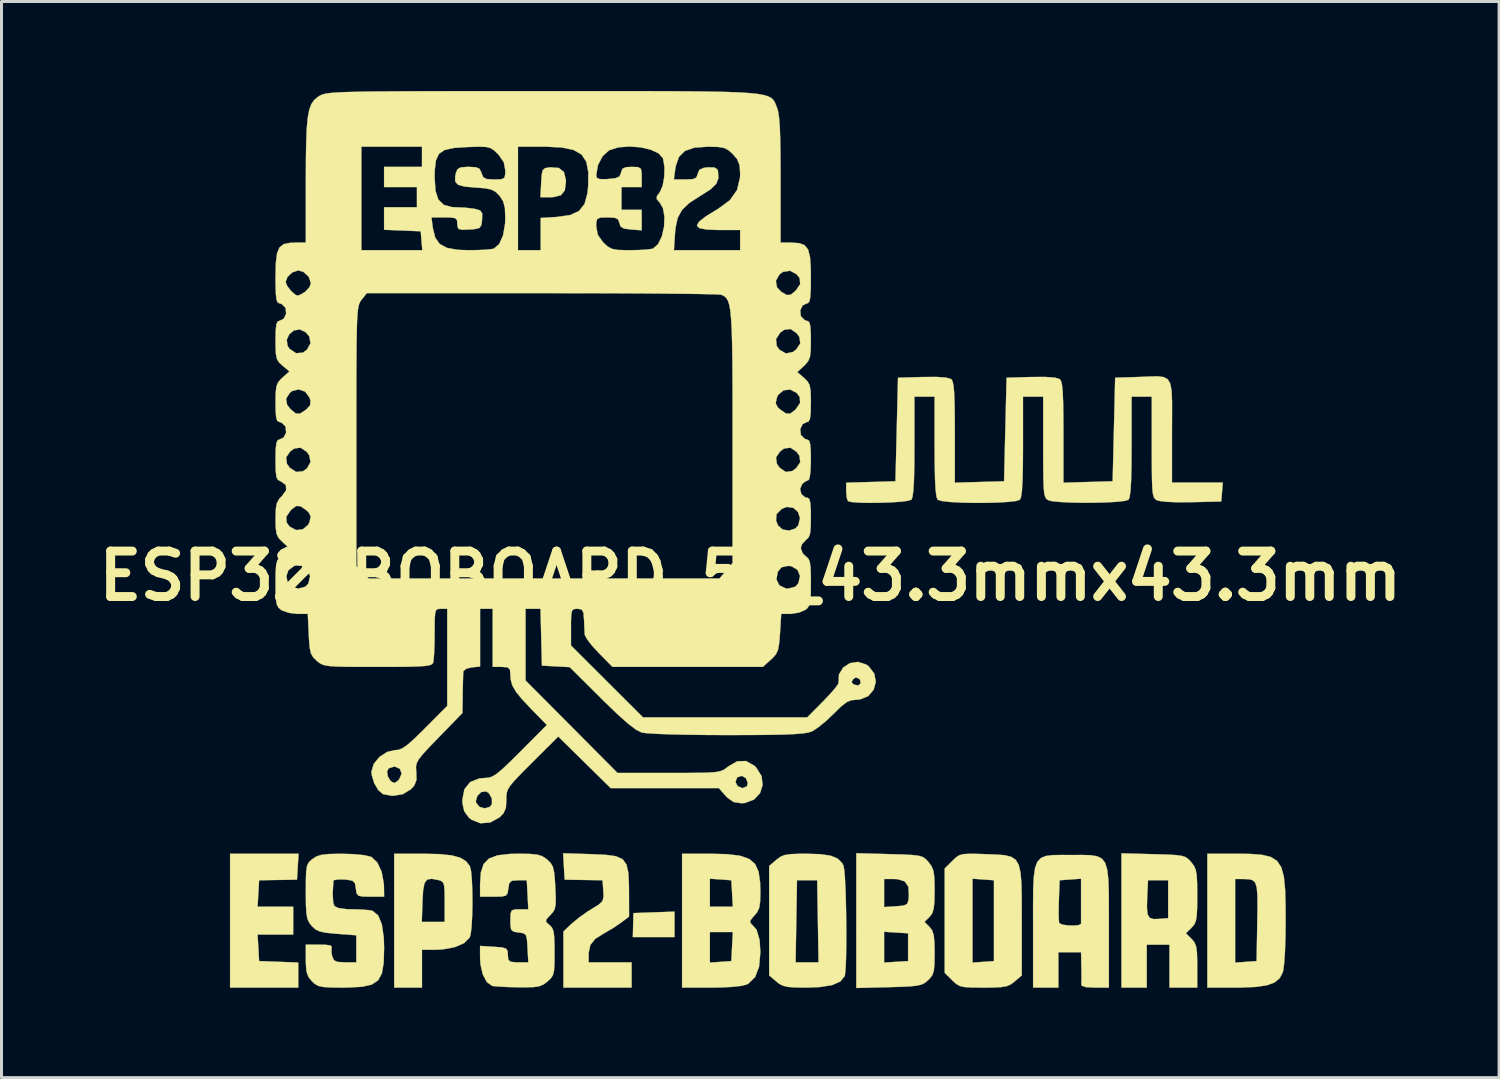
<source format=kicad_pcb>
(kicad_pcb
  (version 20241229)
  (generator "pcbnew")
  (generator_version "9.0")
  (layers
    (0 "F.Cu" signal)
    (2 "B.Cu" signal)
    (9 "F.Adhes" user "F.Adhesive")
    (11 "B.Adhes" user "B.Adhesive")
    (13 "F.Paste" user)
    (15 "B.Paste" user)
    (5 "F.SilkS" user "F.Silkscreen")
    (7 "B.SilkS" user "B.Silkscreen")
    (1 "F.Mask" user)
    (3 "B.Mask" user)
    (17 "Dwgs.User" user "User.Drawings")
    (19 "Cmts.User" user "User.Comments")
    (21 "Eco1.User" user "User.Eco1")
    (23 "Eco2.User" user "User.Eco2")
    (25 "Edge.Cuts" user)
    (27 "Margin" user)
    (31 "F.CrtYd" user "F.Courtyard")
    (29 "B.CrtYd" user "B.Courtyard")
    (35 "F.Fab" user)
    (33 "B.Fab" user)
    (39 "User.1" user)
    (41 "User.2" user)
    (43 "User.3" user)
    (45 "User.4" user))
  (footprint "ESP32_BOBOARD_5V_43.3mmx43.3mm"
    (layer "F.Cu")
    (at 22.105 16.261)
    (property "Reference" "ESP32_BOBOARD_5V_43.3mmx43.3mm" (at 0 0 0) (layer "F.SilkS") (effects (font (size 1.524 1.524) (thickness 0.3))))
    (attr exclude_from_pos_files exclude_from_bom)
    (fp_poly (pts (xy -2.54 12.107) (xy -3.239 12.107) (xy -3.937 12.107) (xy -3.927 11.705) (xy -3.917 11.303) (xy -3.228 11.278) (xy -2.54 11.254) (xy -2.54 12.107)) (stroke (width 0.01) (type solid)) (fill yes) (layer "F.SilkS"))
    (fp_poly (pts (xy -15.198 10.182) (xy -16.468 10.202) (xy -16.493 10.647) (xy -16.519 11.091) (xy -15.325 11.091) (xy -15.325 12.023) (xy -16.519 12.023) (xy -16.493 12.467) (xy -16.468 12.912) (xy -15.812 12.936) (xy -15.155 12.961) (xy -15.155 13.801) (xy -17.441 13.801) (xy -17.441 9.313) (xy -15.146 9.313) (xy -15.198 10.182)) (stroke (width 0.01) (type solid)) (fill yes) (layer "F.SilkS"))
    (fp_poly (pts (xy -6.416 -13.679) (xy -6.246 -13.54) (xy -6.182 -13.272) (xy -6.181 -13.215) (xy -6.219 -12.927) (xy -6.35 -12.765) (xy -6.603 -12.703) (xy -6.71 -12.7) (xy -7.036 -12.7) (xy -7.01 -13.187) (xy -6.992 -13.461) (xy -6.956 -13.609) (xy -6.877 -13.674) (xy -6.729 -13.698) (xy -6.704 -13.701) (xy -6.416 -13.679)) (stroke (width 0.01) (type solid)) (fill yes) (layer "F.SilkS"))
    (fp_poly (pts (xy -5.334 9.327) (xy -4.847 9.349) (xy -4.504 9.397) (xy -4.28 9.497) (xy -4.15 9.674) (xy -4.087 9.954) (xy -4.068 10.361) (xy -4.066 10.6) (xy -4.064 11.421) (xy -4.339 11.627) (xy -4.597 11.803) (xy -4.858 11.956) (xy -4.881 11.968) (xy -5.192 12.161) (xy -5.361 12.369) (xy -5.418 12.629) (xy -5.419 12.664) (xy -5.419 12.954) (xy -3.979 12.954) (xy -3.979 13.801) (xy -6.265 13.801) (xy -6.265 11.921) (xy -5.984 11.654) (xy -5.735 11.449) (xy -5.433 11.236) (xy -5.301 11.155) (xy -5.072 11.014) (xy -4.956 10.9) (xy -4.92 10.759) (xy -4.927 10.562) (xy -4.953 10.202) (xy -6.223 10.182) (xy -6.249 9.74) (xy -6.275 9.298) (xy -5.334 9.327)) (stroke (width 0.01) (type solid)) (fill yes) (layer "F.SilkS"))
    (fp_poly (pts (xy -10.412 9.326) (xy -10.006 9.369) (xy -9.718 9.448) (xy -9.522 9.571) (xy -9.401 9.732) (xy -9.362 9.892) (xy -9.335 10.178) (xy -9.32 10.547) (xy -9.315 10.956) (xy -9.323 11.362) (xy -9.341 11.722) (xy -9.371 11.992) (xy -9.405 12.12) (xy -9.595 12.31) (xy -9.914 12.448) (xy -10.326 12.522) (xy -10.538 12.531) (xy -11.007 12.531) (xy -11.007 13.801) (xy -11.938 13.801) (xy -11.938 11.599) (xy -11.014 11.599) (xy -10.245 11.599) (xy -10.245 10.924) (xy -10.248 10.586) (xy -10.264 10.381) (xy -10.304 10.271) (xy -10.378 10.218) (xy -10.45 10.196) (xy -10.683 10.153) (xy -10.834 10.179) (xy -10.923 10.301) (xy -10.969 10.543) (xy -10.989 10.902) (xy -11.014 11.599) (xy -11.938 11.599) (xy -11.938 9.313) (xy -10.96 9.313) (xy -10.412 9.326)) (stroke (width 0.01) (type solid)) (fill yes) (layer "F.SilkS"))
    (fp_poly (pts (xy 16.758 9.319) (xy 17.157 9.349) (xy 17.455 9.423) (xy 17.667 9.559) (xy 17.808 9.776) (xy 17.892 10.094) (xy 17.934 10.532) (xy 17.948 11.108) (xy 17.949 11.536) (xy 17.944 12.11) (xy 17.927 12.602) (xy 17.901 12.986) (xy 17.867 13.235) (xy 17.853 13.289) (xy 17.749 13.488) (xy 17.578 13.63) (xy 17.319 13.725) (xy 16.946 13.779) (xy 16.437 13.8) (xy 16.259 13.801) (xy 15.325 13.801) (xy 15.325 12.964) (xy 16.256 12.964) (xy 16.616 12.938) (xy 16.976 12.912) (xy 16.999 11.606) (xy 17.007 11.081) (xy 17.003 10.702) (xy 16.981 10.445) (xy 16.932 10.286) (xy 16.848 10.202) (xy 16.722 10.168) (xy 16.547 10.161) (xy 16.531 10.161) (xy 16.256 10.16) (xy 16.256 12.964) (xy 15.325 12.964) (xy 15.325 9.313) (xy 16.243 9.313) (xy 16.758 9.319)) (stroke (width 0.01) (type solid)) (fill yes) (layer "F.SilkS"))
    (fp_poly (pts (xy 2.348 9.328) (xy 2.693 9.378) (xy 2.926 9.473) (xy 3.075 9.62) (xy 3.123 9.708) (xy 3.151 9.851) (xy 3.174 10.13) (xy 3.193 10.514) (xy 3.207 10.969) (xy 3.216 11.464) (xy 3.22 11.965) (xy 3.218 12.439) (xy 3.21 12.855) (xy 3.195 13.18) (xy 3.174 13.381) (xy 3.165 13.416) (xy 3.021 13.595) (xy 2.745 13.717) (xy 2.324 13.784) (xy 1.872 13.801) (xy 1.497 13.796) (xy 1.247 13.776) (xy 1.078 13.732) (xy 0.944 13.655) (xy 0.873 13.596) (xy 0.635 13.392) (xy 0.635 12.954) (xy 1.52 12.954) (xy 2.29 12.954) (xy 2.244 10.202) (xy 1.566 10.202) (xy 1.52 12.954) (xy 0.635 12.954) (xy 0.635 9.722) (xy 0.873 9.518) (xy 1.006 9.418) (xy 1.152 9.357) (xy 1.355 9.326) (xy 1.66 9.314) (xy 1.863 9.313) (xy 2.348 9.328)) (stroke (width 0.01) (type solid)) (fill yes) (layer "F.SilkS"))
    (fp_poly (pts (xy 7.681 9.32) (xy 7.873 9.327) (xy 8.245 9.34) (xy 8.534 9.363) (xy 8.749 9.417) (xy 8.902 9.519) (xy 9.002 9.691) (xy 9.062 9.951) (xy 9.092 10.319) (xy 9.101 10.814) (xy 9.102 11.456) (xy 9.102 11.567) (xy 9.102 13.392) (xy 8.864 13.596) (xy 8.736 13.693) (xy 8.597 13.753) (xy 8.405 13.786) (xy 8.117 13.799) (xy 7.82 13.801) (xy 7.443 13.798) (xy 7.192 13.784) (xy 7.027 13.747) (xy 6.905 13.68) (xy 6.784 13.57) (xy 6.767 13.553) (xy 6.519 13.306) (xy 6.519 12.964) (xy 7.451 12.964) (xy 7.811 12.938) (xy 8.17 12.912) (xy 8.17 10.202) (xy 7.811 10.176) (xy 7.451 10.15) (xy 7.451 12.964) (xy 6.519 12.964) (xy 6.519 9.808) (xy 6.775 9.553) (xy 6.896 9.437) (xy 7.007 9.364) (xy 7.148 9.326) (xy 7.359 9.314) (xy 7.681 9.32)) (stroke (width 0.01) (type solid)) (fill yes) (layer "F.SilkS"))
    (fp_poly (pts (xy -0.785 9.327) (xy -0.349 9.379) (xy -0.04 9.485) (xy 0.162 9.659) (xy 0.279 9.917) (xy 0.33 10.275) (xy 0.339 10.583) (xy 0.331 10.914) (xy 0.3 11.127) (xy 0.231 11.275) (xy 0.132 11.39) (xy 0.004 11.545) (xy 0.004 11.636) (xy 0.035 11.662) (xy 0.211 11.86) (xy 0.312 12.203) (xy 0.339 12.614) (xy 0.295 13.099) (xy 0.162 13.448) (xy -0.064 13.668) (xy -0.125 13.7) (xy -0.313 13.745) (xy -0.634 13.779) (xy -1.051 13.798) (xy -1.316 13.801) (xy -2.286 13.801) (xy -2.286 11.938) (xy -1.355 11.938) (xy -1.355 12.964) (xy -0.995 12.938) (xy -0.635 12.912) (xy -0.61 12.425) (xy -0.584 11.938) (xy -1.355 11.938) (xy -2.286 11.938) (xy -2.286 11.091) (xy -1.355 11.091) (xy -0.584 11.091) (xy -0.609 10.647) (xy -0.635 10.202) (xy -1.355 10.15) (xy -1.355 11.091) (xy -2.286 11.091) (xy -2.286 9.313) (xy -1.367 9.313) (xy -0.785 9.327)) (stroke (width 0.01) (type solid)) (fill yes) (layer "F.SilkS"))
    (fp_poly (pts (xy 13.512 9.328) (xy 13.954 9.341) (xy 14.26 9.357) (xy 14.462 9.383) (xy 14.594 9.426) (xy 14.689 9.492) (xy 14.779 9.59) (xy 14.782 9.593) (xy 14.874 9.714) (xy 14.934 9.845) (xy 14.967 10.024) (xy 14.982 10.291) (xy 14.986 10.686) (xy 14.986 10.718) (xy 14.983 11.122) (xy 14.969 11.394) (xy 14.938 11.571) (xy 14.883 11.691) (xy 14.798 11.79) (xy 14.796 11.793) (xy 14.605 11.98) (xy 14.796 12.167) (xy 14.89 12.279) (xy 14.947 12.415) (xy 14.976 12.62) (xy 14.986 12.936) (xy 14.986 13.077) (xy 14.986 13.801) (xy 14.055 13.801) (xy 14.055 12.361) (xy 13.293 12.361) (xy 13.293 13.801) (xy 12.446 13.801) (xy 12.446 11.112) (xy 13.299 11.112) (xy 13.321 11.342) (xy 13.39 11.462) (xy 13.522 11.504) (xy 13.694 11.499) (xy 14.012 11.472) (xy 14.012 10.202) (xy 13.335 10.202) (xy 13.309 10.744) (xy 13.299 11.112) (xy 12.446 11.112) (xy 12.446 9.3) (xy 13.512 9.328)) (stroke (width 0.01) (type solid)) (fill yes) (layer "F.SilkS"))
    (fp_poly (pts (xy 11.411 9.362) (xy 11.632 9.398) (xy 11.792 9.479) (xy 11.901 9.625) (xy 11.969 9.852) (xy 12.006 10.18) (xy 12.021 10.626) (xy 12.023 11.209) (xy 12.023 11.778) (xy 12.023 13.801) (xy 11.553 13.801) (xy 11.257 13.786) (xy 11.115 13.739) (xy 11.098 13.695) (xy 11.104 13.556) (xy 11.104 13.31) (xy 11.101 13.102) (xy 11.091 12.615) (xy 10.329 12.615) (xy 10.329 13.801) (xy 9.483 13.801) (xy 9.483 11.778) (xy 9.482 11.2) (xy 10.339 11.2) (xy 10.342 11.465) (xy 10.353 11.62) (xy 10.357 11.634) (xy 10.448 11.685) (xy 10.632 11.715) (xy 10.843 11.722) (xy 11.018 11.705) (xy 11.091 11.66) (xy 11.091 11.66) (xy 11.091 11.553) (xy 11.091 11.319) (xy 11.091 11.003) (xy 11.091 10.875) (xy 11.091 10.15) (xy 10.732 10.176) (xy 10.372 10.202) (xy 10.347 10.872) (xy 10.339 11.2) (xy 9.482 11.2) (xy 9.482 11.074) (xy 9.486 10.521) (xy 9.505 10.102) (xy 9.547 9.796) (xy 9.624 9.588) (xy 9.743 9.457) (xy 9.915 9.387) (xy 10.149 9.359) (xy 10.454 9.354) (xy 10.753 9.356) (xy 11.122 9.354) (xy 11.411 9.362)) (stroke (width 0.01) (type solid)) (fill yes) (layer "F.SilkS"))
    (fp_poly (pts (xy 4.664 9.326) (xy 5.116 9.339) (xy 5.431 9.355) (xy 5.64 9.38) (xy 5.777 9.42) (xy 5.873 9.483) (xy 5.96 9.574) (xy 5.976 9.593) (xy 6.078 9.731) (xy 6.14 9.882) (xy 6.17 10.095) (xy 6.18 10.415) (xy 6.181 10.546) (xy 6.174 10.914) (xy 6.15 11.155) (xy 6.1 11.311) (xy 6.017 11.425) (xy 6.011 11.43) (xy 5.842 11.599) (xy 6.011 11.769) (xy 6.098 11.882) (xy 6.149 12.037) (xy 6.174 12.275) (xy 6.181 12.64) (xy 6.181 12.643) (xy 6.176 12.997) (xy 6.156 13.226) (xy 6.109 13.376) (xy 6.024 13.492) (xy 5.962 13.553) (xy 5.861 13.638) (xy 5.748 13.697) (xy 5.59 13.736) (xy 5.354 13.76) (xy 5.007 13.776) (xy 4.65 13.786) (xy 3.556 13.814) (xy 3.556 12.963) (xy 4.487 12.963) (xy 4.889 12.937) (xy 5.292 12.912) (xy 5.292 11.98) (xy 4.889 11.955) (xy 4.487 11.929) (xy 4.487 12.963) (xy 3.556 12.963) (xy 3.556 10.16) (xy 4.487 10.16) (xy 4.487 11.101) (xy 4.889 11.075) (xy 5.132 11.053) (xy 5.254 11.002) (xy 5.302 10.883) (xy 5.318 10.726) (xy 5.302 10.42) (xy 5.18 10.24) (xy 4.935 10.165) (xy 4.816 10.16) (xy 4.487 10.16) (xy 3.556 10.16) (xy 3.556 9.296) (xy 4.664 9.326)) (stroke (width 0.01) (type solid)) (fill yes) (layer "F.SilkS"))
    (fp_poly (pts (xy -7.384 9.319) (xy -7.142 9.343) (xy -6.977 9.394) (xy -6.84 9.483) (xy -6.806 9.512) (xy -6.692 9.624) (xy -6.619 9.751) (xy -6.576 9.937) (xy -6.549 10.224) (xy -6.537 10.437) (xy -6.522 10.794) (xy -6.527 11.026) (xy -6.56 11.176) (xy -6.629 11.288) (xy -6.702 11.366) (xy -6.833 11.507) (xy -6.851 11.591) (xy -6.76 11.68) (xy -6.733 11.701) (xy -6.651 11.785) (xy -6.6 11.905) (xy -6.573 12.101) (xy -6.563 12.409) (xy -6.562 12.613) (xy -6.564 12.983) (xy -6.579 13.225) (xy -6.616 13.38) (xy -6.686 13.489) (xy -6.797 13.594) (xy -6.799 13.596) (xy -6.932 13.696) (xy -7.076 13.756) (xy -7.275 13.785) (xy -7.575 13.793) (xy -7.773 13.791) (xy -8.126 13.782) (xy -8.426 13.767) (xy -8.623 13.749) (xy -8.658 13.742) (xy -8.832 13.616) (xy -8.967 13.363) (xy -9.046 13.025) (xy -9.059 12.81) (xy -9.06 12.404) (xy -8.594 12.433) (xy -8.327 12.454) (xy -8.189 12.493) (xy -8.136 12.573) (xy -8.128 12.708) (xy -8.114 12.865) (xy -8.04 12.935) (xy -7.859 12.954) (xy -7.785 12.954) (xy -7.442 12.954) (xy -7.468 12.467) (xy -7.486 12.193) (xy -7.522 12.045) (xy -7.601 11.98) (xy -7.747 11.956) (xy -7.768 11.954) (xy -7.938 11.926) (xy -8.018 11.854) (xy -8.042 11.688) (xy -8.043 11.552) (xy -8.037 11.32) (xy -7.993 11.211) (xy -7.873 11.178) (xy -7.743 11.176) (xy -7.442 11.176) (xy -7.493 10.202) (xy -7.789 10.202) (xy -7.99 10.218) (xy -8.08 10.297) (xy -8.112 10.477) (xy -8.135 10.635) (xy -8.193 10.717) (xy -8.332 10.748) (xy -8.595 10.753) (xy -9.059 10.753) (xy -9.059 10.333) (xy -9.033 9.941) (xy -8.941 9.66) (xy -8.761 9.474) (xy -8.471 9.366) (xy -8.049 9.319) (xy -7.748 9.313) (xy -7.384 9.319)) (stroke (width 0.01) (type solid)) (fill yes) (layer "F.SilkS"))
    (fp_poly (pts (xy -13.279 9.328) (xy -12.944 9.362) (xy -12.725 9.412) (xy -12.7 9.423) (xy -12.504 9.608) (xy -12.36 9.918) (xy -12.287 10.312) (xy -12.281 10.435) (xy -12.277 10.753) (xy -12.737 10.753) (xy -13.002 10.748) (xy -13.141 10.718) (xy -13.201 10.637) (xy -13.224 10.48) (xy -13.224 10.477) (xy -13.254 10.303) (xy -13.335 10.219) (xy -13.517 10.184) (xy -13.61 10.176) (xy -13.831 10.175) (xy -13.962 10.201) (xy -13.976 10.219) (xy -14.001 10.656) (xy -13.984 10.949) (xy -13.942 11.07) (xy -13.808 11.134) (xy -13.538 11.17) (xy -13.332 11.176) (xy -13.028 11.184) (xy -12.78 11.205) (xy -12.661 11.229) (xy -12.476 11.382) (xy -12.352 11.68) (xy -12.287 12.129) (xy -12.277 12.48) (xy -12.291 12.968) (xy -12.35 13.319) (xy -12.476 13.556) (xy -12.692 13.701) (xy -13.023 13.774) (xy -13.491 13.799) (xy -13.681 13.801) (xy -14.063 13.797) (xy -14.316 13.781) (xy -14.481 13.744) (xy -14.6 13.678) (xy -14.694 13.593) (xy -14.815 13.443) (xy -14.878 13.265) (xy -14.9 13) (xy -14.901 12.873) (xy -14.901 12.361) (xy -14.52 12.361) (xy -14.233 12.366) (xy -14.082 12.387) (xy -14.032 12.432) (xy -14.039 12.483) (xy -14.041 12.621) (xy -14.016 12.758) (xy -13.961 12.882) (xy -13.843 12.939) (xy -13.611 12.954) (xy -13.587 12.954) (xy -13.208 12.954) (xy -13.208 12.047) (xy -13.864 11.998) (xy -14.211 11.964) (xy -14.436 11.919) (xy -14.586 11.846) (xy -14.707 11.731) (xy -14.711 11.727) (xy -14.796 11.612) (xy -14.851 11.482) (xy -14.883 11.297) (xy -14.898 11.021) (xy -14.901 10.616) (xy -14.901 10.585) (xy -14.899 10.178) (xy -14.889 9.906) (xy -14.863 9.731) (xy -14.814 9.619) (xy -14.734 9.534) (xy -14.678 9.489) (xy -14.543 9.402) (xy -14.377 9.35) (xy -14.137 9.323) (xy -13.781 9.315) (xy -13.683 9.315) (xy -13.279 9.328)) (stroke (width 0.01) (type solid)) (fill yes) (layer "F.SilkS"))
    (fp_poly (pts (xy 13.86 -6.669) (xy 13.998 -6.594) (xy 14.082 -6.448) (xy 14.125 -6.212) (xy 14.141 -5.863) (xy 14.141 -5.383) (xy 14.139 -4.867) (xy 14.139 -3.133) (xy 15.843 -3.133) (xy 15.817 -2.815) (xy 15.79 -2.498) (xy 14.795 -2.474) (xy 14.34 -2.471) (xy 13.969 -2.485) (xy 13.716 -2.515) (xy 13.631 -2.54) (xy 13.573 -2.58) (xy 13.531 -2.643) (xy 13.5 -2.753) (xy 13.481 -2.933) (xy 13.469 -3.207) (xy 13.464 -3.596) (xy 13.462 -4.124) (xy 13.462 -4.321) (xy 13.462 -6.011) (xy 12.785 -6.011) (xy 12.785 -4.335) (xy 12.781 -3.688) (xy 12.769 -3.198) (xy 12.748 -2.854) (xy 12.719 -2.643) (xy 12.683 -2.557) (xy 12.561 -2.518) (xy 12.307 -2.488) (xy 11.959 -2.467) (xy 11.553 -2.456) (xy 11.128 -2.454) (xy 10.72 -2.463) (xy 10.367 -2.482) (xy 10.106 -2.51) (xy 9.985 -2.543) (xy 9.929 -2.583) (xy 9.888 -2.649) (xy 9.858 -2.764) (xy 9.839 -2.951) (xy 9.828 -3.234) (xy 9.823 -3.635) (xy 9.821 -4.177) (xy 9.821 -4.321) (xy 9.821 -6.011) (xy 9.144 -6.011) (xy 9.144 -4.335) (xy 9.14 -3.688) (xy 9.128 -3.198) (xy 9.108 -2.854) (xy 9.078 -2.643) (xy 9.042 -2.557) (xy 8.917 -2.515) (xy 8.66 -2.484) (xy 8.308 -2.463) (xy 7.899 -2.452) (xy 7.469 -2.451) (xy 7.056 -2.461) (xy 6.697 -2.481) (xy 6.428 -2.512) (xy 6.288 -2.552) (xy 6.282 -2.557) (xy 6.243 -2.659) (xy 6.214 -2.883) (xy 6.195 -3.242) (xy 6.184 -3.747) (xy 6.181 -4.335) (xy 6.181 -6.011) (xy 5.503 -6.011) (xy 5.503 -4.335) (xy 5.5 -3.688) (xy 5.488 -3.198) (xy 5.467 -2.854) (xy 5.437 -2.643) (xy 5.402 -2.557) (xy 5.284 -2.52) (xy 5.04 -2.489) (xy 4.711 -2.467) (xy 4.34 -2.455) (xy 3.969 -2.451) (xy 3.64 -2.459) (xy 3.394 -2.479) (xy 3.275 -2.511) (xy 3.274 -2.512) (xy 3.235 -2.628) (xy 3.217 -2.833) (xy 3.217 -2.847) (xy 3.217 -3.127) (xy 4.043 -3.151) (xy 4.868 -3.175) (xy 4.911 -4.911) (xy 4.953 -6.646) (xy 5.787 -6.671) (xy 6.254 -6.673) (xy 6.574 -6.649) (xy 6.737 -6.599) (xy 6.74 -6.597) (xy 6.782 -6.529) (xy 6.813 -6.39) (xy 6.835 -6.161) (xy 6.849 -5.821) (xy 6.856 -5.35) (xy 6.858 -4.813) (xy 6.858 -3.127) (xy 7.684 -3.151) (xy 8.509 -3.175) (xy 8.551 -4.911) (xy 8.594 -6.646) (xy 9.428 -6.671) (xy 9.895 -6.673) (xy 10.215 -6.649) (xy 10.378 -6.599) (xy 10.38 -6.597) (xy 10.423 -6.529) (xy 10.454 -6.39) (xy 10.476 -6.161) (xy 10.49 -5.821) (xy 10.497 -5.35) (xy 10.499 -4.813) (xy 10.499 -3.127) (xy 11.324 -3.151) (xy 12.15 -3.175) (xy 12.192 -4.911) (xy 12.234 -6.646) (xy 12.996 -6.671) (xy 13.372 -6.687) (xy 13.656 -6.693) (xy 13.86 -6.669)) (stroke (width 0.01) (type solid)) (fill yes) (layer "F.SilkS"))
    (fp_poly (pts (xy -3.497 -16.255) (xy -2.633 -16.252) (xy -1.895 -16.247) (xy -1.274 -16.239) (xy -0.759 -16.227) (xy -0.339 -16.211) (xy -0.005 -16.188) (xy 0.256 -16.16) (xy 0.452 -16.125) (xy 0.596 -16.082) (xy 0.697 -16.031) (xy 0.766 -15.971) (xy 0.813 -15.901) (xy 0.849 -15.821) (xy 0.885 -15.729) (xy 0.896 -15.703) (xy 0.936 -15.567) (xy 0.966 -15.363) (xy 0.989 -15.071) (xy 1.004 -14.672) (xy 1.013 -14.146) (xy 1.016 -13.474) (xy 1.016 -13.295) (xy 1.016 -11.176) (xy 1.384 -11.176) (xy 1.644 -11.158) (xy 1.824 -11.089) (xy 1.939 -10.942) (xy 2.003 -10.693) (xy 2.029 -10.316) (xy 2.032 -10.005) (xy 2.028 -9.605) (xy 2.012 -9.347) (xy 1.982 -9.203) (xy 1.932 -9.148) (xy 1.908 -9.144) (xy 1.758 -9.073) (xy 1.676 -8.908) (xy 1.694 -8.719) (xy 1.705 -8.697) (xy 1.829 -8.575) (xy 1.909 -8.551) (xy 1.974 -8.515) (xy 2.012 -8.386) (xy 2.029 -8.136) (xy 2.032 -7.905) (xy 2.027 -7.568) (xy 2.003 -7.352) (xy 1.946 -7.207) (xy 1.846 -7.087) (xy 1.804 -7.047) (xy 1.576 -6.835) (xy 1.804 -6.639) (xy 1.921 -6.524) (xy 1.99 -6.398) (xy 2.022 -6.213) (xy 2.032 -5.922) (xy 2.032 -5.804) (xy 2.025 -5.466) (xy 2.001 -5.267) (xy 1.953 -5.178) (xy 1.908 -5.165) (xy 1.758 -5.094) (xy 1.676 -4.928) (xy 1.694 -4.74) (xy 1.705 -4.718) (xy 1.829 -4.596) (xy 1.909 -4.572) (xy 1.973 -4.537) (xy 2.011 -4.411) (xy 2.029 -4.167) (xy 2.032 -3.895) (xy 2.023 -3.58) (xy 1.999 -3.343) (xy 1.965 -3.224) (xy 1.953 -3.217) (xy 1.836 -3.163) (xy 1.742 -3.084) (xy 1.67 -2.919) (xy 1.712 -2.746) (xy 1.842 -2.635) (xy 1.908 -2.625) (xy 1.973 -2.59) (xy 2.011 -2.465) (xy 2.029 -2.222) (xy 2.032 -1.968) (xy 2.026 -1.625) (xy 2.003 -1.411) (xy 1.952 -1.286) (xy 1.866 -1.207) (xy 1.863 -1.205) (xy 1.728 -1.055) (xy 1.693 -0.931) (xy 1.76 -0.757) (xy 1.863 -0.658) (xy 1.944 -0.588) (xy 1.994 -0.48) (xy 2.021 -0.295) (xy 2.031 0.003) (xy 2.032 0.227) (xy 2.028 0.6) (xy 2.012 0.842) (xy 1.976 0.99) (xy 1.912 1.084) (xy 1.844 1.138) (xy 1.629 1.229) (xy 1.364 1.27) (xy 1.347 1.27) (xy 1.038 1.27) (xy 0.997 1.92) (xy 0.969 2.259) (xy 0.929 2.479) (xy 0.858 2.63) (xy 0.74 2.762) (xy 0.688 2.809) (xy 0.421 3.048) (xy -4.62 3.048) (xy -5.08 2.582) (xy -5.302 2.34) (xy -5.468 2.127) (xy -5.547 1.983) (xy -5.55 1.968) (xy -5.559 1.792) (xy -5.57 1.535) (xy -5.574 1.46) (xy -5.593 1.233) (xy -5.648 1.129) (xy -5.767 1.101) (xy -5.8 1.101) (xy -5.909 1.109) (xy -5.972 1.158) (xy -6.002 1.284) (xy -6.011 1.523) (xy -6.011 1.716) (xy -6.011 2.331) (xy -3.596 4.741) (xy 1.91 4.741) (xy 2.441 4.205) (xy 2.676 3.958) (xy 2.854 3.753) (xy 2.949 3.619) (xy 2.958 3.591) (xy 2.96 3.563) (xy 3.393 3.563) (xy 3.471 3.641) (xy 3.617 3.672) (xy 3.703 3.602) (xy 3.681 3.482) (xy 3.658 3.454) (xy 3.543 3.397) (xy 3.451 3.458) (xy 3.393 3.563) (xy 2.96 3.563) (xy 2.974 3.3) (xy 3.115 3.07) (xy 3.341 2.923) (xy 3.611 2.881) (xy 3.886 2.968) (xy 3.97 3.027) (xy 4.158 3.273) (xy 4.208 3.55) (xy 4.136 3.814) (xy 3.957 4.025) (xy 3.685 4.139) (xy 3.568 4.149) (xy 3.388 4.166) (xy 3.226 4.234) (xy 3.04 4.38) (xy 2.791 4.624) (xy 2.53 4.871) (xy 2.272 5.08) (xy 2.071 5.21) (xy 2.056 5.216) (xy 1.937 5.252) (xy 1.75 5.28) (xy 1.479 5.301) (xy 1.106 5.317) (xy 0.615 5.327) (xy -0.012 5.332) (xy -0.781 5.334) (xy -1.466 5.331) (xy -2.097 5.323) (xy -2.649 5.311) (xy -3.103 5.295) (xy -3.435 5.275) (xy -3.624 5.254) (xy -3.64 5.25) (xy -3.821 5.159) (xy -4.08 4.965) (xy -4.426 4.659) (xy -4.87 4.233) (xy -4.994 4.11) (xy -6.054 3.056) (xy -6.985 3.006) (xy -7.009 2.053) (xy -7.033 1.101) (xy -7.535 1.101) (xy -7.535 3.503) (xy -4.451 6.604) (xy -2.725 6.604) (xy -2.143 6.604) (xy -1.705 6.6) (xy -1.387 6.592) (xy -1.165 6.575) (xy -1.012 6.547) (xy -0.904 6.506) (xy -0.817 6.45) (xy -0.747 6.392) (xy -0.439 6.214) (xy -0.142 6.204) (xy 0.138 6.362) (xy 0.196 6.418) (xy 0.377 6.707) (xy 0.415 7.008) (xy 0.325 7.285) (xy 0.123 7.498) (xy -0.177 7.611) (xy -0.3 7.62) (xy -0.562 7.578) (xy -0.774 7.427) (xy -0.831 7.366) (xy -1.054 7.112) (xy -4.681 7.112) (xy -4.892 6.904) (xy -0.496 6.904) (xy -0.427 7.045) (xy -0.268 7.112) (xy -0.257 7.112) (xy -0.114 7.054) (xy -0.085 6.94) (xy -0.145 6.777) (xy -0.284 6.702) (xy -0.433 6.749) (xy -0.44 6.756) (xy -0.496 6.904) (xy -4.892 6.904) (xy -6.438 5.383) (xy -7.312 6.254) (xy -7.652 6.595) (xy -7.89 6.843) (xy -8.044 7.024) (xy -8.131 7.165) (xy -8.17 7.291) (xy -8.179 7.429) (xy -8.178 7.507) (xy -8.193 7.775) (xy -8.272 7.954) (xy -8.408 8.093) (xy -8.717 8.265) (xy -9.046 8.291) (xy -9.349 8.17) (xy -9.444 8.09) (xy -9.591 7.886) (xy -9.648 7.628) (xy -9.651 7.547) (xy -9.201 7.547) (xy -9.191 7.605) (xy -9.078 7.743) (xy -8.901 7.791) (xy -8.734 7.743) (xy -8.662 7.651) (xy -8.663 7.461) (xy -8.764 7.283) (xy -8.857 7.222) (xy -9.017 7.243) (xy -9.149 7.372) (xy -9.201 7.547) (xy -9.651 7.547) (xy -9.652 7.503) (xy -9.585 7.152) (xy -9.391 6.91) (xy -9.08 6.787) (xy -8.898 6.773) (xy -8.767 6.763) (xy -8.64 6.72) (xy -8.491 6.626) (xy -8.297 6.462) (xy -8.033 6.211) (xy -7.705 5.885) (xy -6.82 4.996) (xy -7.337 4.467) (xy -7.652 4.133) (xy -7.859 3.877) (xy -7.98 3.666) (xy -8.034 3.465) (xy -8.043 3.308) (xy -8.059 3.133) (xy -8.142 3.062) (xy -8.34 3.048) (xy -8.636 3.048) (xy -8.636 1.101) (xy -9.059 1.101) (xy -9.059 3.037) (xy -9.335 3.064) (xy -9.525 3.111) (xy -9.619 3.189) (xy -9.62 3.196) (xy -9.627 3.328) (xy -9.634 3.578) (xy -9.641 3.897) (xy -9.641 3.949) (xy -9.652 4.596) (xy -10.443 5.409) (xy -10.762 5.739) (xy -10.98 5.975) (xy -11.115 6.146) (xy -11.185 6.278) (xy -11.208 6.4) (xy -11.201 6.539) (xy -11.197 6.578) (xy -11.191 6.836) (xy -11.26 7.017) (xy -11.375 7.15) (xy -11.653 7.318) (xy -11.999 7.373) (xy -12.315 7.313) (xy -12.472 7.18) (xy -12.608 6.945) (xy -12.69 6.675) (xy -12.7 6.559) (xy -12.696 6.545) (xy -12.177 6.545) (xy -12.154 6.718) (xy -12.057 6.877) (xy -11.938 6.943) (xy -11.836 6.885) (xy -11.772 6.82) (xy -11.69 6.629) (xy -11.743 6.47) (xy -11.911 6.393) (xy -11.938 6.392) (xy -12.122 6.448) (xy -12.177 6.545) (xy -12.696 6.545) (xy -12.625 6.303) (xy -12.432 6.067) (xy -12.171 5.898) (xy -11.922 5.842) (xy -11.785 5.827) (xy -11.644 5.767) (xy -11.472 5.644) (xy -11.242 5.437) (xy -10.927 5.127) (xy -10.899 5.099) (xy -10.16 4.357) (xy -10.16 1.101) (xy -10.372 1.101) (xy -10.468 1.106) (xy -10.53 1.142) (xy -10.564 1.241) (xy -10.579 1.433) (xy -10.583 1.749) (xy -10.583 1.94) (xy -10.588 2.313) (xy -10.602 2.631) (xy -10.621 2.849) (xy -10.635 2.914) (xy -10.671 2.959) (xy -10.753 2.993) (xy -10.902 3.017) (xy -11.141 3.033) (xy -11.488 3.043) (xy -11.966 3.047) (xy -12.493 3.048) (xy -13.09 3.047) (xy -13.542 3.044) (xy -13.873 3.036) (xy -14.106 3.021) (xy -14.266 2.995) (xy -14.376 2.958) (xy -14.461 2.906) (xy -14.536 2.845) (xy -14.655 2.727) (xy -14.729 2.598) (xy -14.771 2.411) (xy -14.795 2.119) (xy -14.803 1.956) (xy -14.835 1.27) (xy -15.188 1.27) (xy -15.461 1.238) (xy -15.692 1.16) (xy -15.729 1.138) (xy -15.82 1.06) (xy -15.875 0.953) (xy -15.905 0.778) (xy -15.916 0.499) (xy -15.917 0.245) (xy -15.915 0.005) (xy -15.554 0.005) (xy -15.513 0.209) (xy -15.371 0.365) (xy -15.155 0.423) (xy -14.914 0.36) (xy -14.815 0.251) (xy -14.784 0.116) (xy 0.877 0.116) (xy 0.975 0.314) (xy 1.188 0.417) (xy 1.27 0.423) (xy 1.512 0.36) (xy 1.614 0.243) (xy 1.669 -0.002) (xy 1.582 -0.207) (xy 1.382 -0.326) (xy 1.27 -0.339) (xy 1.047 -0.292) (xy 0.921 -0.138) (xy 0.877 0.116) (xy -14.784 0.116) (xy -14.759 0.008) (xy -14.833 -0.201) (xy -15.001 -0.335) (xy -15.231 -0.354) (xy -15.296 -0.334) (xy -15.485 -0.193) (xy -15.554 0.005) (xy -15.915 0.005) (xy -15.914 -0.121) (xy -15.898 -0.36) (xy -15.859 -0.514) (xy -15.786 -0.626) (xy -15.684 -0.724) (xy -15.452 -0.931) (xy -15.684 -1.139) (xy -15.811 -1.269) (xy -15.881 -1.41) (xy -15.911 -1.616) (xy -15.917 -1.912) (xy -15.915 -1.986) (xy -15.558 -1.986) (xy -15.542 -1.787) (xy -15.441 -1.652) (xy -15.227 -1.539) (xy -15.001 -1.564) (xy -14.822 -1.716) (xy -14.778 -1.808) (xy -14.737 -2) (xy -14.808 -2.136) (xy -14.891 -2.21) (xy -15.083 -2.341) (xy -15.225 -2.347) (xy -15.383 -2.227) (xy -15.409 -2.201) (xy -15.558 -1.986) (xy -15.915 -1.986) (xy -15.909 -2.231) (xy -15.875 -2.434) (xy -15.8 -2.575) (xy -15.706 -2.674) (xy -15.561 -2.875) (xy -15.571 -3.048) (xy -15.733 -3.17) (xy -15.756 -3.177) (xy -15.838 -3.224) (xy -15.886 -3.322) (xy -15.91 -3.51) (xy -15.917 -3.824) (xy -15.917 -3.9) (xy -15.916 -3.974) (xy -15.563 -3.974) (xy -15.533 -3.759) (xy -15.439 -3.626) (xy -15.223 -3.488) (xy -14.995 -3.511) (xy -14.865 -3.604) (xy -14.743 -3.82) (xy -14.788 -4.048) (xy -14.872 -4.163) (xy -15.076 -4.302) (xy -15.291 -4.273) (xy -15.424 -4.178) (xy -15.563 -3.974) (xy -15.916 -3.974) (xy -15.911 -4.248) (xy -15.888 -4.456) (xy -15.844 -4.554) (xy -15.793 -4.572) (xy -15.644 -4.643) (xy -15.623 -4.684) (xy -13.208 -4.684) (xy -13.208 -0.331) (xy -13 -0.123) (xy -12.792 0.085) (xy -1.031 0.085) (xy -0.593 -0.436) (xy -0.593 -1.86) (xy 0.864 -1.86) (xy 0.934 -1.688) (xy 1.088 -1.555) (xy 1.304 -1.523) (xy 1.51 -1.59) (xy 1.61 -1.697) (xy 1.668 -1.939) (xy 1.599 -2.148) (xy 1.441 -2.285) (xy 1.228 -2.316) (xy 1.053 -2.248) (xy 0.88 -2.073) (xy 0.864 -1.86) (xy -0.593 -1.86) (xy -0.593 -3.974) (xy 0.863 -3.974) (xy 0.892 -3.759) (xy 0.987 -3.626) (xy 1.191 -3.487) (xy 1.406 -3.517) (xy 1.538 -3.611) (xy 1.677 -3.816) (xy 1.648 -4.03) (xy 1.553 -4.163) (xy 1.349 -4.302) (xy 1.134 -4.273) (xy 1.002 -4.178) (xy 0.863 -3.974) (xy -0.593 -3.974) (xy -0.593 -4.667) (xy -0.593 -5.669) (xy -0.593 -5.789) (xy 0.852 -5.789) (xy 0.923 -5.653) (xy 1.006 -5.579) (xy 1.197 -5.448) (xy 1.339 -5.442) (xy 1.498 -5.562) (xy 1.524 -5.588) (xy 1.672 -5.804) (xy 1.657 -6.003) (xy 1.556 -6.137) (xy 1.342 -6.251) (xy 1.116 -6.225) (xy 0.937 -6.073) (xy 0.892 -5.981) (xy 0.852 -5.789) (xy -0.593 -5.789) (xy -0.595 -6.515) (xy -0.6 -7.219) (xy -0.608 -7.794) (xy -0.613 -7.941) (xy 0.863 -7.941) (xy 0.887 -7.713) (xy 0.98 -7.584) (xy 1.195 -7.461) (xy 1.424 -7.507) (xy 1.538 -7.591) (xy 1.677 -7.795) (xy 1.648 -8.01) (xy 1.553 -8.143) (xy 1.349 -8.281) (xy 1.134 -8.252) (xy 1.002 -8.157) (xy 0.863 -7.941) (xy -0.613 -7.941) (xy -0.622 -8.255) (xy -0.642 -8.615) (xy -0.668 -8.888) (xy -0.703 -9.086) (xy -0.747 -9.225) (xy -0.802 -9.318) (xy -0.868 -9.377) (xy -0.947 -9.418) (xy -0.977 -9.43) (xy -1.083 -9.439) (xy -1.344 -9.447) (xy -1.747 -9.455) (xy -2.276 -9.462) (xy -2.919 -9.468) (xy -3.661 -9.474) (xy -4.488 -9.478) (xy -5.386 -9.481) (xy -6.341 -9.482) (xy -6.986 -9.483) (xy -12.857 -9.483) (xy -13.033 -9.26) (xy -13.072 -9.206) (xy -13.104 -9.144) (xy -13.131 -9.058) (xy -13.153 -8.935) (xy -13.171 -8.761) (xy -13.184 -8.52) (xy -13.193 -8.198) (xy -13.2 -7.782) (xy -13.204 -7.256) (xy -13.207 -6.607) (xy -13.208 -5.82) (xy -13.208 -4.881) (xy -13.208 -4.684) (xy -15.623 -4.684) (xy -15.562 -4.808) (xy -15.579 -4.997) (xy -15.59 -5.019) (xy -15.714 -5.141) (xy -15.795 -5.165) (xy -15.86 -5.201) (xy -15.898 -5.331) (xy -15.915 -5.582) (xy -15.917 -5.804) (xy -15.915 -5.937) (xy -15.565 -5.937) (xy -15.527 -5.735) (xy -15.409 -5.588) (xy -15.244 -5.451) (xy -15.103 -5.44) (xy -14.923 -5.554) (xy -14.891 -5.579) (xy -14.757 -5.721) (xy -14.745 -5.874) (xy -14.778 -5.981) (xy -14.921 -6.179) (xy -15.136 -6.256) (xy -15.362 -6.2) (xy -15.441 -6.137) (xy -15.565 -5.937) (xy -15.915 -5.937) (xy -15.912 -6.137) (xy -15.888 -6.351) (xy -15.831 -6.492) (xy -15.729 -6.61) (xy -15.684 -6.651) (xy -15.452 -6.859) (xy -15.684 -7.052) (xy -15.803 -7.163) (xy -15.873 -7.283) (xy -15.906 -7.459) (xy -15.917 -7.738) (xy -15.917 -7.898) (xy -15.917 -7.919) (xy -15.541 -7.919) (xy -15.513 -7.714) (xy -15.446 -7.614) (xy -15.228 -7.469) (xy -15.001 -7.487) (xy -14.865 -7.584) (xy -14.743 -7.801) (xy -14.786 -8.028) (xy -14.902 -8.171) (xy -15.102 -8.266) (xy -15.3 -8.232) (xy -15.457 -8.104) (xy -15.541 -7.919) (xy -15.917 -7.919) (xy -15.911 -8.24) (xy -15.887 -8.443) (xy -15.841 -8.536) (xy -15.793 -8.551) (xy -15.644 -8.622) (xy -15.562 -8.788) (xy -15.579 -8.976) (xy -15.59 -8.998) (xy -15.714 -9.12) (xy -15.795 -9.144) (xy -15.851 -9.175) (xy -15.888 -9.284) (xy -15.909 -9.499) (xy -15.917 -9.846) (xy -15.917 -9.858) (xy -15.579 -9.858) (xy -15.523 -9.718) (xy -15.394 -9.553) (xy -15.25 -9.427) (xy -15.174 -9.398) (xy -15.062 -9.442) (xy -14.92 -9.53) (xy -14.778 -9.684) (xy -14.732 -9.82) (xy -14.758 -9.895) (xy 0.858 -9.895) (xy 0.897 -9.676) (xy 1.035 -9.53) (xy 1.221 -9.42) (xy 1.355 -9.427) (xy 1.513 -9.556) (xy 1.524 -9.567) (xy 1.673 -9.784) (xy 1.657 -9.983) (xy 1.56 -10.112) (xy 1.337 -10.233) (xy 1.099 -10.198) (xy 0.98 -10.112) (xy 0.858 -9.895) (xy -14.758 -9.895) (xy -14.805 -10.033) (xy -14.982 -10.196) (xy -15.155 -10.245) (xy -15.353 -10.179) (xy -15.517 -10.025) (xy -15.579 -9.858) (xy -15.917 -9.858) (xy -15.917 -10.02) (xy -15.908 -10.485) (xy -15.868 -10.808) (xy -15.786 -11.012) (xy -15.644 -11.125) (xy -15.43 -11.17) (xy -15.255 -11.176) (xy -14.901 -11.176) (xy -14.901 -13.229) (xy -14.898 -13.97) (xy -14.891 -14.393) (xy -13.039 -14.393) (xy -13.039 -10.922) (xy -10.996 -10.922) (xy -11.023 -11.239) (xy -11.049 -11.557) (xy -12.277 -11.607) (xy -12.277 -12.023) (xy -10.69 -12.023) (xy -10.642 -11.663) (xy -10.564 -11.347) (xy -10.413 -11.131) (xy -10.165 -10.998) (xy -9.796 -10.934) (xy -9.443 -10.922) (xy -9.098 -10.928) (xy -8.809 -10.944) (xy -8.624 -10.967) (xy -8.597 -10.975) (xy -8.418 -11.129) (xy -8.289 -11.417) (xy -8.221 -11.809) (xy -8.213 -12.014) (xy -8.227 -12.336) (xy -8.282 -12.554) (xy -8.395 -12.732) (xy -8.414 -12.755) (xy -8.541 -12.881) (xy -8.687 -12.957) (xy -8.901 -12.999) (xy -9.225 -13.024) (xy -9.582 -13.056) (xy -9.796 -13.116) (xy -9.892 -13.222) (xy -9.895 -13.394) (xy -9.871 -13.505) (xy -9.817 -13.637) (xy -9.706 -13.699) (xy -9.488 -13.716) (xy -9.44 -13.716) (xy -9.2 -13.704) (xy -9.077 -13.651) (xy -9.017 -13.531) (xy -9.009 -13.504) (xy -8.954 -13.371) (xy -8.842 -13.309) (xy -8.621 -13.293) (xy -8.584 -13.293) (xy -8.354 -13.299) (xy -8.246 -13.345) (xy -8.215 -13.467) (xy -8.213 -13.596) (xy -8.262 -13.869) (xy -8.431 -14.115) (xy -8.469 -14.154) (xy -8.596 -14.275) (xy -8.712 -14.348) (xy -8.862 -14.385) (xy -9.087 -14.393) (xy -9.431 -14.383) (xy -9.492 -14.381) (xy -9.941 -14.35) (xy -10.248 -14.282) (xy -10.438 -14.152) (xy -10.54 -13.934) (xy -10.579 -13.604) (xy -10.583 -13.352) (xy -10.554 -12.915) (xy -10.457 -12.618) (xy -10.277 -12.442) (xy -10 -12.367) (xy -9.859 -12.361) (xy -9.556 -12.348) (xy -9.273 -12.314) (xy -9.235 -12.308) (xy -9.057 -12.256) (xy -8.989 -12.159) (xy -8.991 -11.958) (xy -8.991 -11.948) (xy -9.016 -11.763) (xy -9.08 -11.669) (xy -9.232 -11.63) (xy -9.419 -11.616) (xy -9.662 -11.607) (xy -9.78 -11.635) (xy -9.818 -11.721) (xy -9.821 -11.806) (xy -9.834 -11.933) (xy -9.9 -11.998) (xy -10.064 -12.02) (xy -10.256 -12.023) (xy -10.69 -12.023) (xy -12.277 -12.023) (xy -12.277 -12.361) (xy -11.176 -12.361) (xy -11.176 -13.039) (xy -12.277 -13.039) (xy -12.277 -13.716) (xy -11.007 -13.716) (xy -11.007 -14.393) (xy -7.789 -14.393) (xy -7.789 -10.922) (xy -7.027 -10.922) (xy -7.027 -12.003) (xy -6.475 -12.038) (xy -6.04 -12.1) (xy -5.742 -12.237) (xy -5.556 -12.473) (xy -5.458 -12.834) (xy -5.434 -13.08) (xy -5.431 -13.445) (xy -5.165 -13.445) (xy -5.142 -13.348) (xy -5.047 -13.306) (xy -4.836 -13.305) (xy -4.763 -13.309) (xy -4.513 -13.337) (xy -4.386 -13.394) (xy -4.337 -13.503) (xy -4.333 -13.525) (xy -4.288 -13.651) (xy -4.167 -13.706) (xy -3.973 -13.716) (xy -3.76 -13.708) (xy -3.666 -13.65) (xy -3.641 -13.494) (xy -3.641 -13.377) (xy -3.641 -13.039) (xy -4.318 -13.039) (xy -4.318 -12.277) (xy -3.641 -12.277) (xy -3.641 -11.59) (xy -4 -11.616) (xy -4.235 -11.648) (xy -4.349 -11.718) (xy -4.387 -11.832) (xy -4.428 -11.952) (xy -4.535 -12.008) (xy -4.758 -12.023) (xy -4.79 -12.023) (xy -5.021 -12.016) (xy -5.13 -11.972) (xy -5.163 -11.852) (xy -5.165 -11.72) (xy -5.112 -11.437) (xy -4.933 -11.186) (xy -4.917 -11.169) (xy -4.776 -11.042) (xy -4.636 -10.967) (xy -4.446 -10.932) (xy -4.155 -10.922) (xy -4.035 -10.922) (xy -3.707 -10.929) (xy -3.435 -10.947) (xy -3.272 -10.972) (xy -3.263 -10.975) (xy -3.093 -11.122) (xy -2.966 -11.383) (xy -2.891 -11.706) (xy -2.876 -12.04) (xy -2.928 -12.334) (xy -3.034 -12.517) (xy -3.137 -12.637) (xy -3.13 -12.735) (xy -3.034 -12.865) (xy -2.938 -13.077) (xy -2.9 -13.293) (xy -2.562 -13.293) (xy -2.176 -13.293) (xy -1.934 -13.304) (xy -1.814 -13.351) (xy -1.767 -13.458) (xy -1.763 -13.483) (xy -1.707 -13.618) (xy -1.559 -13.683) (xy -1.425 -13.7) (xy -1.207 -13.698) (xy -1.105 -13.634) (xy -1.083 -13.573) (xy -1.067 -13.339) (xy -1.143 -13.146) (xy -1.334 -12.961) (xy -1.657 -12.755) (xy -2.039 -12.51) (xy -2.289 -12.273) (xy -2.436 -12.001) (xy -2.509 -11.65) (xy -2.525 -11.46) (xy -2.56 -10.922) (xy -0.339 -10.922) (xy -0.339 -11.599) (xy -1.058 -11.599) (xy -1.46 -11.614) (xy -1.704 -11.661) (xy -1.79 -11.747) (xy -1.718 -11.877) (xy -1.489 -12.058) (xy -1.102 -12.295) (xy -1.074 -12.311) (xy -0.682 -12.6) (xy -0.443 -12.942) (xy -0.344 -13.359) (xy -0.339 -13.49) (xy -0.359 -13.776) (xy -0.442 -13.977) (xy -0.586 -14.146) (xy -0.733 -14.278) (xy -0.88 -14.352) (xy -1.081 -14.385) (xy -1.391 -14.393) (xy -1.428 -14.393) (xy -1.878 -14.36) (xy -2.193 -14.25) (xy -2.393 -14.048) (xy -2.5 -13.739) (xy -2.514 -13.652) (xy -2.562 -13.293) (xy -2.9 -13.293) (xy -2.884 -13.383) (xy -2.876 -13.71) (xy -2.923 -13.987) (xy -2.931 -14.009) (xy -3.076 -14.171) (xy -3.342 -14.294) (xy -3.684 -14.373) (xy -4.059 -14.4) (xy -4.421 -14.37) (xy -4.725 -14.275) (xy -4.736 -14.269) (xy -4.951 -14.075) (xy -5.105 -13.78) (xy -5.165 -13.447) (xy -5.165 -13.445) (xy -5.431 -13.445) (xy -5.43 -13.543) (xy -5.497 -13.887) (xy -5.654 -14.128) (xy -5.919 -14.282) (xy -6.309 -14.365) (xy -6.844 -14.393) (xy -6.938 -14.393) (xy -7.789 -14.393) (xy -11.007 -14.393) (xy -13.039 -14.393) (xy -14.891 -14.393) (xy -14.888 -14.561) (xy -14.869 -15.022) (xy -14.836 -15.372) (xy -14.786 -15.631) (xy -14.718 -15.817) (xy -14.627 -15.951) (xy -14.511 -16.052) (xy -14.452 -16.091) (xy -14.4 -16.12) (xy -14.337 -16.145) (xy -14.254 -16.167) (xy -14.139 -16.186) (xy -13.98 -16.202) (xy -13.768 -16.215) (xy -13.491 -16.226) (xy -13.137 -16.235) (xy -12.697 -16.242) (xy -12.158 -16.247) (xy -11.511 -16.251) (xy -10.743 -16.253) (xy -9.845 -16.255) (xy -8.805 -16.255) (xy -7.612 -16.256) (xy -6.96 -16.256) (xy -5.65 -16.256) (xy -4.5 -16.256) (xy -3.497 -16.255)) (stroke (width 0.01) (type solid)) (fill yes) (layer "F.SilkS")))
  (gr_rect
    (start -3 -3)
    (end 47.211 33.08)
    (stroke (width 0.1) (type default))
    (fill no)
    (layer "Edge.Cuts")))
</source>
